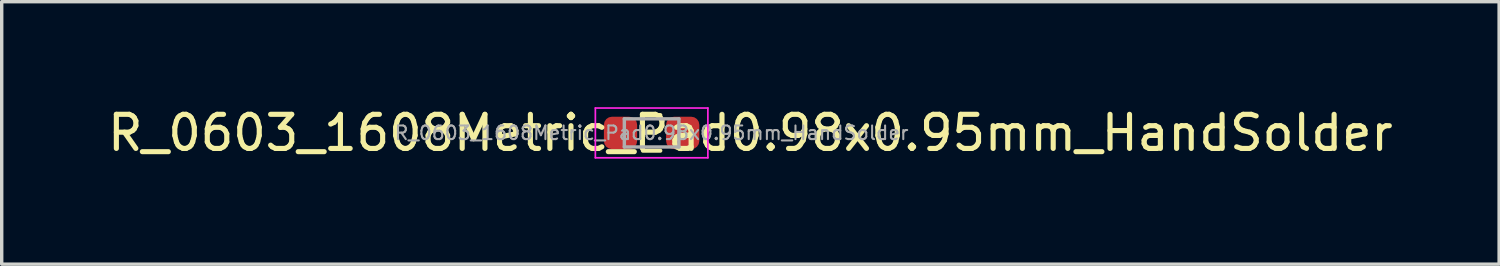
<source format=kicad_pcb>
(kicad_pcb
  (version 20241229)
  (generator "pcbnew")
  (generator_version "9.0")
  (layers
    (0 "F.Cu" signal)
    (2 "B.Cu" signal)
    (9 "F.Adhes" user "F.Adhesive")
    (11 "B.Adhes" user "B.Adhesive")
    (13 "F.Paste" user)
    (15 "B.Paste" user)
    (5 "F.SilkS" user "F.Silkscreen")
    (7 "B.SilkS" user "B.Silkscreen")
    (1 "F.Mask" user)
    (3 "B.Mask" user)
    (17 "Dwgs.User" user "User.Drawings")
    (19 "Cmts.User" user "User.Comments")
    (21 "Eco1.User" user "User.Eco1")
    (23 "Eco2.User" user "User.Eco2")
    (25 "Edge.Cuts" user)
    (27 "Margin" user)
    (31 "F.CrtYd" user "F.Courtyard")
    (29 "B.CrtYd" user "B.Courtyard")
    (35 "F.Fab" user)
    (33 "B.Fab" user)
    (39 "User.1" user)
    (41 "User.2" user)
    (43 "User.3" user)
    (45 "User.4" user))
  (footprint "R_0603_1608Metric_Pad0.98x0.95mm_HandSolder"
    (layer "F.Cu")
    (at 16.061 0.848)
    (property "Reference" "R_0603_1608Metric_Pad0.98x0.95mm_HandSolder" (at 2.897 0 0) (layer "F.SilkS") (effects (font (size 1 1) (thickness 0.15))))
    (attr smd)
    (fp_line (start -0.255 -0.522) (end 0.255 -0.522) (stroke (width 0.12) (type solid)) (layer "F.SilkS"))
    (fp_line (start -0.255 0.522) (end 0.255 0.522) (stroke (width 0.12) (type solid)) (layer "F.SilkS"))
    (fp_line (start -1.65 -0.73) (end 1.65 -0.73) (stroke (width 0.05) (type solid)) (layer "F.CrtYd"))
    (fp_line (start -1.65 0.73) (end -1.65 -0.73) (stroke (width 0.05) (type solid)) (layer "F.CrtYd"))
    (fp_line (start 1.65 -0.73) (end 1.65 0.73) (stroke (width 0.05) (type solid)) (layer "F.CrtYd"))
    (fp_line (start 1.65 0.73) (end -1.65 0.73) (stroke (width 0.05) (type solid)) (layer "F.CrtYd"))
    (fp_line (start -0.8 -0.412) (end 0.8 -0.412) (stroke (width 0.1) (type solid)) (layer "F.Fab"))
    (fp_line (start -0.8 0.412) (end -0.8 -0.412) (stroke (width 0.1) (type solid)) (layer "F.Fab"))
    (fp_line (start 0.8 -0.412) (end 0.8 0.412) (stroke (width 0.1) (type solid)) (layer "F.Fab"))
    (fp_line (start 0.8 0.412) (end -0.8 0.412) (stroke (width 0.1) (type solid)) (layer "F.Fab"))
    (fp_text user "${REFERENCE}" (at 0 0 0) (layer "F.Fab") (effects (font (size 0.4 0.4) (thickness 0.06))))
    (pad "1" smd roundrect (at -0.912 0 180) (size 0.975 0.95) (layers "F.Cu" "F.Mask" "F.Paste") (roundrect_rratio 0.25))
    (pad "2" smd roundrect (at 0.912 0 180) (size 0.975 0.95) (layers "F.Cu" "F.Mask" "F.Paste") (roundrect_rratio 0.25)))
  (gr_rect
    (start -3 -3)
    (end 40.917 4.697)
    (stroke (width 0.1) (type default))
    (fill no)
    (layer "Edge.Cuts")))
</source>
